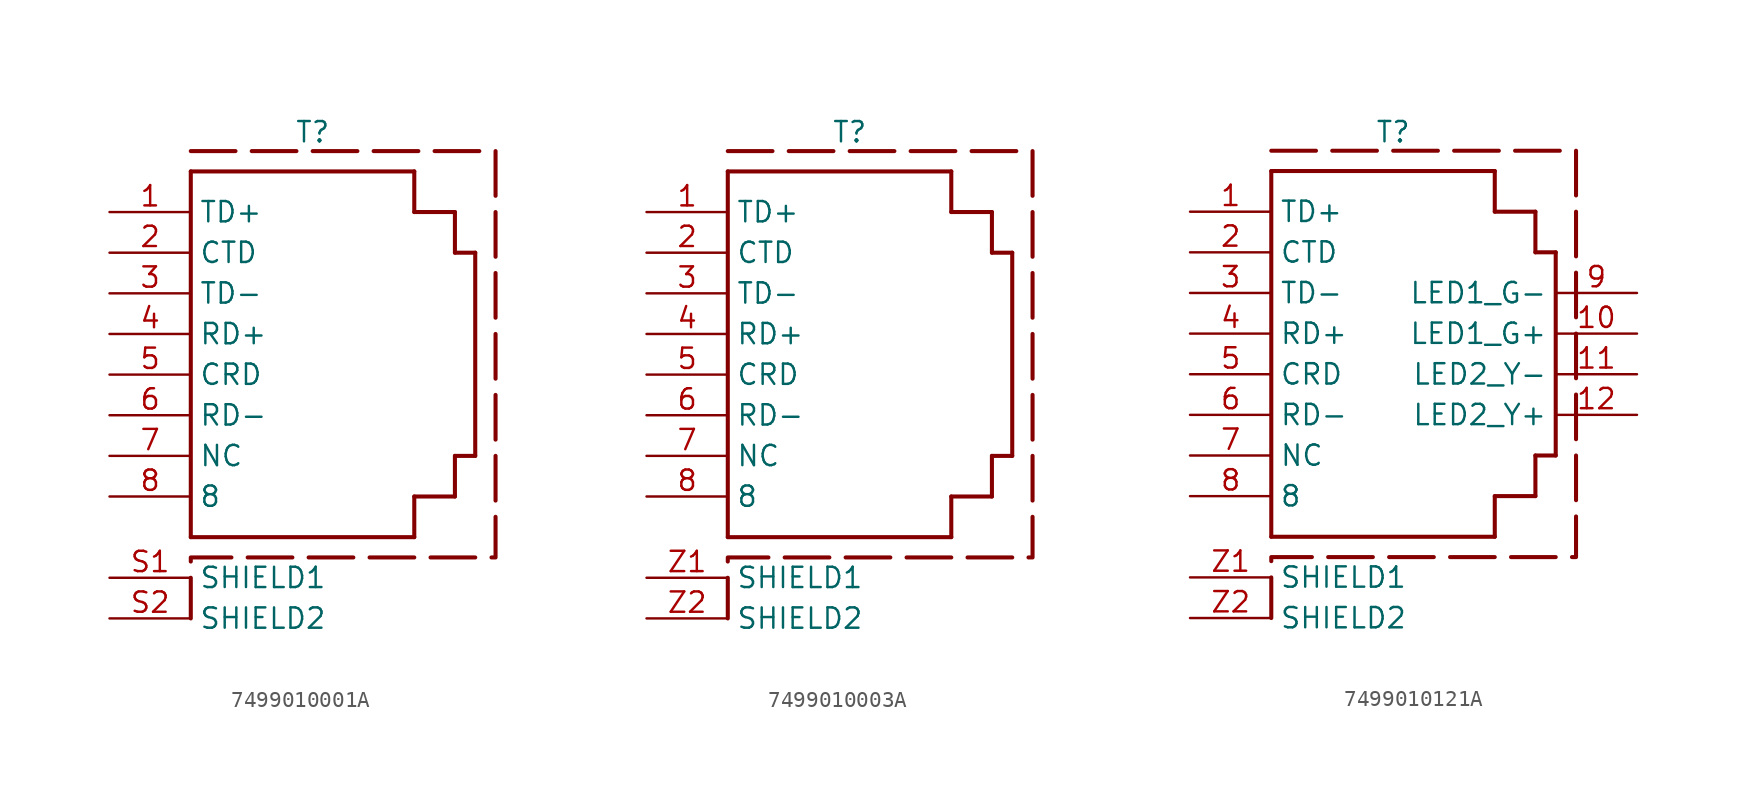
<source format=kicad_sym>
(kicad_symbol_lib
  (version 20220914)
  (generator kicad_symbol_editor)
  (symbol "7499010001A"
    (property "Reference" "T"
      (at 0 15.16 0)
      (effects (font (size 1.27 1.27))))
    (property "Critical Parameter" ""
      (at 0 -5.08 0)
      (effects (font (size 1.27 1.27)) (justify left)))
    (symbol "7499010001A_0_0"
      (polyline (pts (xy -7.62 -10.16) (xy -7.62 12.7)) (stroke (width 0.254) (type default)) (fill (type none)))
      (polyline (pts (xy -7.62 12.7) (xy 6.35 12.7)) (stroke (width 0.254) (type default)) (fill (type none)))
      (polyline (pts (xy 6.35 -10.16) (xy -7.62 -10.16)) (stroke (width 0.254) (type default)) (fill (type none)))
      (polyline (pts (xy 6.35 -10.16) (xy 6.35 -7.62)) (stroke (width 0.254) (type default)) (fill (type none)))
      (polyline (pts (xy 6.35 -7.62) (xy 8.89 -7.62)) (stroke (width 0.254) (type default)) (fill (type none)))
      (polyline (pts (xy 6.35 10.16) (xy 8.89 10.16)) (stroke (width 0.254) (type default)) (fill (type none)))
      (polyline (pts (xy 6.35 12.7) (xy 6.35 10.16)) (stroke (width 0.254) (type default)) (fill (type none)))
      (polyline (pts (xy 8.89 -7.62) (xy 8.89 -5.08)) (stroke (width 0.254) (type default)) (fill (type none)))
      (polyline (pts (xy 8.89 -5.08) (xy 10.16 -5.08)) (stroke (width 0.254) (type default)) (fill (type none)))
      (polyline (pts (xy 8.89 7.62) (xy 10.16 7.62)) (stroke (width 0.254) (type default)) (fill (type none)))
      (polyline (pts (xy 8.89 10.16) (xy 8.89 7.62)) (stroke (width 0.254) (type default)) (fill (type none)))
      (polyline (pts (xy 10.16 7.62) (xy 10.16 -5.08)) (stroke (width 0.254) (type default)) (fill (type none)))
      (pin passive line (at -12.7 10.16 0) (length 5.08) (name "TD+" (effects (font (size 1.27 1.27)))) (number "1" (effects (font (size 1.27 1.27)))))
      (pin passive line (at -12.7 7.62 0) (length 5.08) (name "CTD" (effects (font (size 1.27 1.27)))) (number "2" (effects (font (size 1.27 1.27)))))
      (pin passive line (at -12.7 5.08 0) (length 5.08) (name "TD-" (effects (font (size 1.27 1.27)))) (number "3" (effects (font (size 1.27 1.27)))))
      (pin passive line (at -12.7 2.54 0) (length 5.08) (name "RD+" (effects (font (size 1.27 1.27)))) (number "4" (effects (font (size 1.27 1.27)))))
      (pin passive line (at -12.7 0 0) (length 5.08) (name "CRD" (effects (font (size 1.27 1.27)))) (number "5" (effects (font (size 1.27 1.27)))))
      (pin passive line (at -12.7 -2.54 0) (length 5.08) (name "RD-" (effects (font (size 1.27 1.27)))) (number "6" (effects (font (size 1.27 1.27)))))
      (pin passive line (at -12.7 -5.08 0) (length 5.08) (name "NC" (effects (font (size 1.27 1.27)))) (number "7" (effects (font (size 1.27 1.27)))))
      (pin passive line (at -12.7 -7.62 0) (length 5.08) (name "8" (effects (font (size 1.27 1.27)))) (number "8" (effects (font (size 1.27 1.27)))))
      (pin passive line (at -12.7 -12.7 0) (length 5.08) (name "SHIELD1" (effects (font (size 1.27 1.27)))) (number "S1" (effects (font (size 1.27 1.27)))))
      (pin passive line (at -12.7 -15.24 0) (length 5.08) (name "SHIELD2" (effects (font (size 1.27 1.27)))) (number "S2" (effects (font (size 1.27 1.27))))))
    (symbol "7499010001A_1_1"
      (polyline (pts (xy -7.62 13.97) (xy 11.43 13.97) (xy 11.43 -11.43) (xy -7.62 -11.43) (xy -7.62 -15.24)) (stroke (width 0.254) (type dash)) (fill (type none)))))
  (symbol "7499010003A"
    (property "Reference" "T"
      (at 0 15.16 0)
      (effects (font (size 1.27 1.27))))
    (property "Critical Parameter" ""
      (at 0 -5.08 0)
      (effects (font (size 1.27 1.27)) (justify left)))
    (symbol "7499010003A_0_0"
      (polyline (pts (xy -7.62 -10.16) (xy -7.62 12.7)) (stroke (width 0.254) (type default)) (fill (type none)))
      (polyline (pts (xy -7.62 12.7) (xy 6.35 12.7)) (stroke (width 0.254) (type default)) (fill (type none)))
      (polyline (pts (xy 6.35 -10.16) (xy -7.62 -10.16)) (stroke (width 0.254) (type default)) (fill (type none)))
      (polyline (pts (xy 6.35 -10.16) (xy 6.35 -7.62)) (stroke (width 0.254) (type default)) (fill (type none)))
      (polyline (pts (xy 6.35 -7.62) (xy 8.89 -7.62)) (stroke (width 0.254) (type default)) (fill (type none)))
      (polyline (pts (xy 6.35 10.16) (xy 8.89 10.16)) (stroke (width 0.254) (type default)) (fill (type none)))
      (polyline (pts (xy 6.35 12.7) (xy 6.35 10.16)) (stroke (width 0.254) (type default)) (fill (type none)))
      (polyline (pts (xy 8.89 -7.62) (xy 8.89 -5.08)) (stroke (width 0.254) (type default)) (fill (type none)))
      (polyline (pts (xy 8.89 -5.08) (xy 10.16 -5.08)) (stroke (width 0.254) (type default)) (fill (type none)))
      (polyline (pts (xy 8.89 7.62) (xy 10.16 7.62)) (stroke (width 0.254) (type default)) (fill (type none)))
      (polyline (pts (xy 8.89 10.16) (xy 8.89 7.62)) (stroke (width 0.254) (type default)) (fill (type none)))
      (polyline (pts (xy 10.16 7.62) (xy 10.16 -5.08)) (stroke (width 0.254) (type default)) (fill (type none)))
      (pin passive line (at -12.7 10.16 0) (length 5.08) (name "TD+" (effects (font (size 1.27 1.27)))) (number "1" (effects (font (size 1.27 1.27)))))
      (pin passive line (at -12.7 7.62 0) (length 5.08) (name "CTD" (effects (font (size 1.27 1.27)))) (number "2" (effects (font (size 1.27 1.27)))))
      (pin passive line (at -12.7 5.08 0) (length 5.08) (name "TD-" (effects (font (size 1.27 1.27)))) (number "3" (effects (font (size 1.27 1.27)))))
      (pin passive line (at -12.7 2.54 0) (length 5.08) (name "RD+" (effects (font (size 1.27 1.27)))) (number "4" (effects (font (size 1.27 1.27)))))
      (pin passive line (at -12.7 0 0) (length 5.08) (name "CRD" (effects (font (size 1.27 1.27)))) (number "5" (effects (font (size 1.27 1.27)))))
      (pin passive line (at -12.7 -2.54 0) (length 5.08) (name "RD-" (effects (font (size 1.27 1.27)))) (number "6" (effects (font (size 1.27 1.27)))))
      (pin passive line (at -12.7 -5.08 0) (length 5.08) (name "NC" (effects (font (size 1.27 1.27)))) (number "7" (effects (font (size 1.27 1.27)))))
      (pin passive line (at -12.7 -7.62 0) (length 5.08) (name "8" (effects (font (size 1.27 1.27)))) (number "8" (effects (font (size 1.27 1.27)))))
      (pin passive line (at -12.7 -12.7 0) (length 5.08) (name "SHIELD1" (effects (font (size 1.27 1.27)))) (number "Z1" (effects (font (size 1.27 1.27)))))
      (pin passive line (at -12.7 -15.24 0) (length 5.08) (name "SHIELD2" (effects (font (size 1.27 1.27)))) (number "Z2" (effects (font (size 1.27 1.27))))))
    (symbol "7499010003A_1_1"
      (polyline (pts (xy -7.62 13.97) (xy 11.43 13.97) (xy 11.43 -11.43) (xy -7.62 -11.43) (xy -7.62 -15.24)) (stroke (width 0.254) (type dash)) (fill (type none)))))
  (symbol "7499010121A"
    (property "Reference" "T"
      (at 0 15.14 0)
      (effects (font (size 1.27 1.27))))
    (property "Critical Parameter" ""
      (at 0 -5.08 0)
      (effects (font (size 1.27 1.27)) (justify left)))
    (symbol "7499010121A_0_0"
      (polyline (pts (xy -7.62 -10.16) (xy -7.62 12.7)) (stroke (width 0.254) (type default)) (fill (type none)))
      (polyline (pts (xy -7.62 12.7) (xy 6.35 12.7)) (stroke (width 0.254) (type default)) (fill (type none)))
      (polyline (pts (xy 6.35 -10.16) (xy -7.62 -10.16)) (stroke (width 0.254) (type default)) (fill (type none)))
      (polyline (pts (xy 6.35 -10.16) (xy 6.35 -7.62)) (stroke (width 0.254) (type default)) (fill (type none)))
      (polyline (pts (xy 6.35 -7.62) (xy 8.89 -7.62)) (stroke (width 0.254) (type default)) (fill (type none)))
      (polyline (pts (xy 6.35 10.16) (xy 8.89 10.16)) (stroke (width 0.254) (type default)) (fill (type none)))
      (polyline (pts (xy 6.35 12.7) (xy 6.35 10.16)) (stroke (width 0.254) (type default)) (fill (type none)))
      (polyline (pts (xy 8.89 -7.62) (xy 8.89 -5.08)) (stroke (width 0.254) (type default)) (fill (type none)))
      (polyline (pts (xy 8.89 -5.08) (xy 10.16 -5.08)) (stroke (width 0.254) (type default)) (fill (type none)))
      (polyline (pts (xy 8.89 7.62) (xy 10.16 7.62)) (stroke (width 0.254) (type default)) (fill (type none)))
      (polyline (pts (xy 8.89 10.16) (xy 8.89 7.62)) (stroke (width 0.254) (type default)) (fill (type none)))
      (polyline (pts (xy 10.16 7.62) (xy 10.16 -5.08)) (stroke (width 0.254) (type default)) (fill (type none)))
      (pin passive line (at -12.7 10.16 0) (length 5.08) (name "TD+" (effects (font (size 1.27 1.27)))) (number "1" (effects (font (size 1.27 1.27)))))
      (pin passive line (at -12.7 7.62 0) (length 5.08) (name "CTD" (effects (font (size 1.27 1.27)))) (number "2" (effects (font (size 1.27 1.27)))))
      (pin passive line (at -12.7 5.08 0) (length 5.08) (name "TD-" (effects (font (size 1.27 1.27)))) (number "3" (effects (font (size 1.27 1.27)))))
      (pin passive line (at -12.7 2.54 0) (length 5.08) (name "RD+" (effects (font (size 1.27 1.27)))) (number "4" (effects (font (size 1.27 1.27)))))
      (pin passive line (at -12.7 0 0) (length 5.08) (name "CRD" (effects (font (size 1.27 1.27)))) (number "5" (effects (font (size 1.27 1.27)))))
      (pin passive line (at -12.7 -2.54 0) (length 5.08) (name "RD-" (effects (font (size 1.27 1.27)))) (number "6" (effects (font (size 1.27 1.27)))))
      (pin passive line (at -12.7 -5.08 0) (length 5.08) (name "NC" (effects (font (size 1.27 1.27)))) (number "7" (effects (font (size 1.27 1.27)))))
      (pin passive line (at -12.7 -7.62 0) (length 5.08) (name "8" (effects (font (size 1.27 1.27)))) (number "8" (effects (font (size 1.27 1.27)))))
      (pin passive line (at -12.7 -12.7 0) (length 5.08) (name "SHIELD1" (effects (font (size 1.27 1.27)))) (number "Z1" (effects (font (size 1.27 1.27)))))
      (pin passive line (at -12.7 -15.24 0) (length 5.08) (name "SHIELD2" (effects (font (size 1.27 1.27)))) (number "Z2" (effects (font (size 1.27 1.27))))))
    (symbol "7499010121A_1_0"
      (pin passive line (at 15.24 2.54 180) (length 5.08) (name "LED1_G+" (effects (font (size 1.27 1.27)))) (number "10" (effects (font (size 1.27 1.27)))))
      (pin passive line (at 15.24 0 180) (length 5.08) (name "LED2_Y-" (effects (font (size 1.27 1.27)))) (number "11" (effects (font (size 1.27 1.27)))))
      (pin passive line (at 15.24 -2.54 180) (length 5.08) (name "LED2_Y+" (effects (font (size 1.27 1.27)))) (number "12" (effects (font (size 1.27 1.27)))))
      (pin passive line (at 15.24 5.08 180) (length 5.08) (name "LED1_G-" (effects (font (size 1.27 1.27)))) (number "9" (effects (font (size 1.27 1.27))))))
    (symbol "7499010121A_1_1"
      (polyline (pts (xy -7.62 13.97) (xy 11.43 13.97) (xy 11.43 -11.43) (xy -7.62 -11.43) (xy -7.62 -15.24)) (stroke (width 0.254) (type dash)) (fill (type none))))))
</source>
